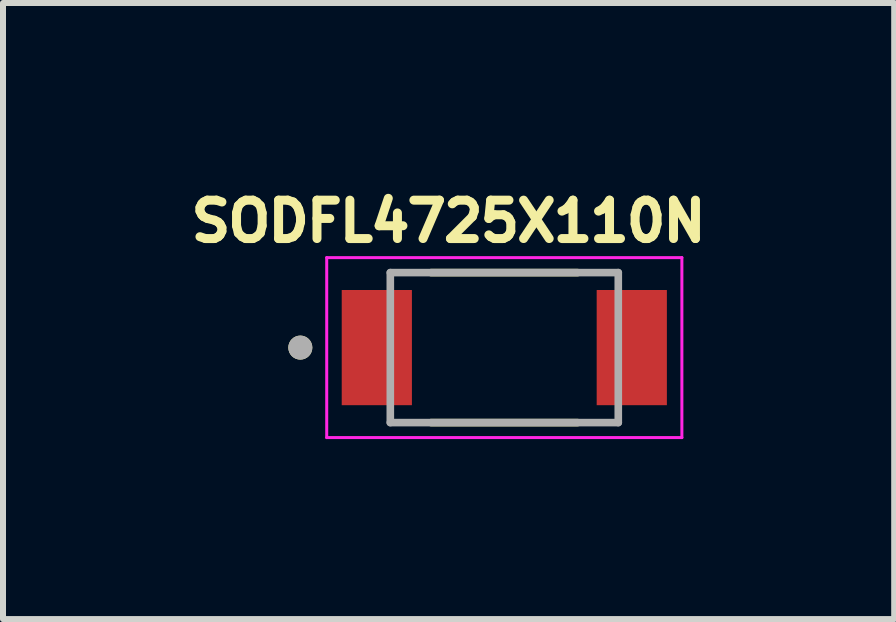
<source format=kicad_pcb>
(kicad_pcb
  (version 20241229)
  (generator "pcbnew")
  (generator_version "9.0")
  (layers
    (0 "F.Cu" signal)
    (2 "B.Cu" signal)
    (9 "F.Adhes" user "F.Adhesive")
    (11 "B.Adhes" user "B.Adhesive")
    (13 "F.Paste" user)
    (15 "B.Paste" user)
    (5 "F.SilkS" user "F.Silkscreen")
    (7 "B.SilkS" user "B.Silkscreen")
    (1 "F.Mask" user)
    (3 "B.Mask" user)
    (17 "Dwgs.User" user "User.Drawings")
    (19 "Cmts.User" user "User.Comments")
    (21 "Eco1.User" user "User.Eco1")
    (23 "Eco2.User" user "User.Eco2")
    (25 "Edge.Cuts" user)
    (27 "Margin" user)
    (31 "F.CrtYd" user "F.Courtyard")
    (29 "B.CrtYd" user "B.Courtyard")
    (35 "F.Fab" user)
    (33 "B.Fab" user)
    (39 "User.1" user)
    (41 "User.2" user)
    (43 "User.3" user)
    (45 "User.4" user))
  (footprint "SODFL4725X110N"
    (layer "F.Cu")
    (at 5.356 2.744)
    (property "Reference" "SODFL4725X110N" (at -0.928 -2.106 0) (layer "F.SilkS") (effects (font (size 0.64 0.64) (thickness 0.15))))
    (attr smd)
    (fp_line (start -1.22 -1.25) (end 1.22 -1.25) (stroke (width 0.127) (type solid)) (layer "F.SilkS"))
    (fp_line (start -1.22 1.25) (end 1.22 1.25) (stroke (width 0.127) (type solid)) (layer "F.SilkS"))
    (fp_circle (center -3.4 0) (end -3.3 0) (stroke (width 0.2) (type solid)) (fill no) (layer "F.SilkS"))
    (fp_line (start -2.96 -1.5) (end -2.96 1.5) (stroke (width 0.05) (type solid)) (layer "F.CrtYd"))
    (fp_line (start -2.96 1.5) (end 2.96 1.5) (stroke (width 0.05) (type solid)) (layer "F.CrtYd"))
    (fp_line (start 2.96 -1.5) (end -2.96 -1.5) (stroke (width 0.05) (type solid)) (layer "F.CrtYd"))
    (fp_line (start 2.96 1.5) (end 2.96 -1.5) (stroke (width 0.05) (type solid)) (layer "F.CrtYd"))
    (fp_line (start -1.9 -1.25) (end -1.9 1.25) (stroke (width 0.127) (type solid)) (layer "F.Fab"))
    (fp_line (start -1.9 1.25) (end 1.9 1.25) (stroke (width 0.127) (type solid)) (layer "F.Fab"))
    (fp_line (start 1.9 -1.25) (end -1.9 -1.25) (stroke (width 0.127) (type solid)) (layer "F.Fab"))
    (fp_line (start 1.9 1.25) (end 1.9 -1.25) (stroke (width 0.127) (type solid)) (layer "F.Fab"))
    (fp_circle (center -3.4 0) (end -3.3 0) (stroke (width 0.2) (type solid)) (fill no) (layer "F.Fab"))
    (pad "A" smd rect (at 2.125 0) (size 1.17 1.92) (layers "F.Cu" "F.Mask" "F.Paste"))
    (pad "C" smd rect (at -2.125 0) (size 1.17 1.92) (layers "F.Cu" "F.Mask" "F.Paste")))
  (gr_rect
    (start -3 -3)
    (end 11.855 7.269)
    (stroke (width 0.1) (type default))
    (fill no)
    (layer "Edge.Cuts")))
</source>
